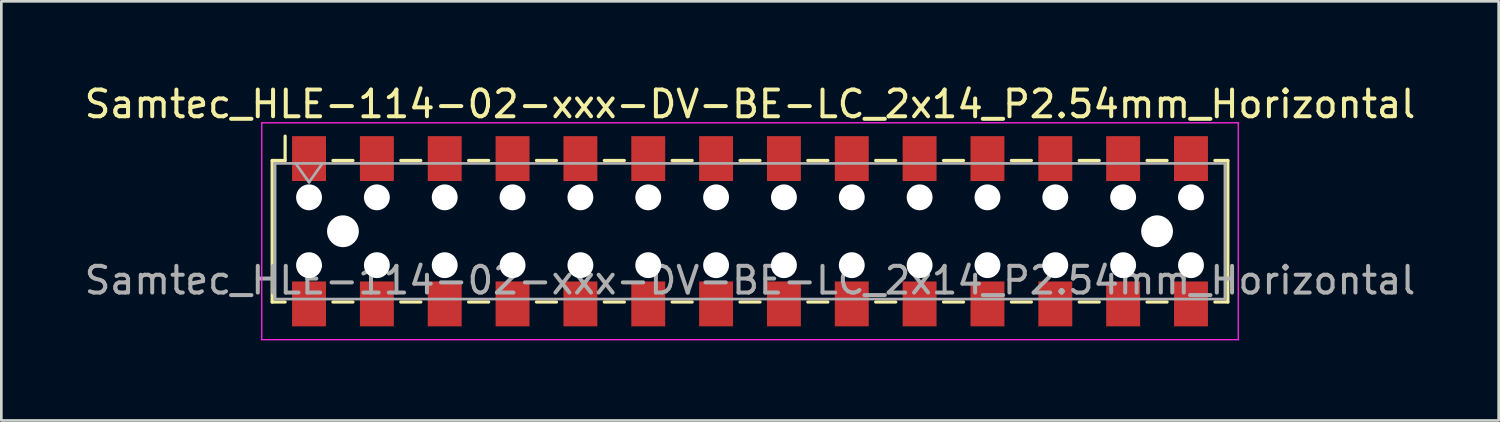
<source format=kicad_pcb>
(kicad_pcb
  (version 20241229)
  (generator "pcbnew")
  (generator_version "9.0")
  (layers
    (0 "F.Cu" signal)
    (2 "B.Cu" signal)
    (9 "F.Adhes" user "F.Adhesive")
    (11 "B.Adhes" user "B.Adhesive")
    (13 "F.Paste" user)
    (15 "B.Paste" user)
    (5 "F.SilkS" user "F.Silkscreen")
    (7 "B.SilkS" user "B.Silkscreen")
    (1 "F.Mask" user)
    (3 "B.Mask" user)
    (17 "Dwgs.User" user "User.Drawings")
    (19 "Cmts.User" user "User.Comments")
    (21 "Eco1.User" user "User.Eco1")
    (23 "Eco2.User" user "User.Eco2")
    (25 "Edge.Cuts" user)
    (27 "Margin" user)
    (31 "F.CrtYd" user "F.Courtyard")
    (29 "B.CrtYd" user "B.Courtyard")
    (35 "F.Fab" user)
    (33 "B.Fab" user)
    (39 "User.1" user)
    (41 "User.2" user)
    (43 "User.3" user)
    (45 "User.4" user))
  (footprint "Samtec_HLE-114-02-xxx-DV-BE-LC_2x14_P2.54mm_Horizontal"
    (layer "F.Cu")
    (at 25.03 5.608)
    (property "Reference" "Samtec_HLE-114-02-xxx-DV-BE-LC_2x14_P2.54mm_Horizontal" (at 0 -4.76 0) (layer "F.SilkS") (effects (font (size 1 1) (thickness 0.15))))
    (attr smd)
    (fp_line (start -17.89 -2.65) (end -17.89 2.65) (stroke (width 0.12) (type solid)) (layer "F.SilkS"))
    (fp_line (start -17.89 2.65) (end -17.405 2.65) (stroke (width 0.12) (type solid)) (layer "F.SilkS"))
    (fp_line (start -17.405 -3.56) (end -17.405 -2.65) (stroke (width 0.12) (type solid)) (layer "F.SilkS"))
    (fp_line (start -17.405 -2.65) (end -17.89 -2.65) (stroke (width 0.12) (type solid)) (layer "F.SilkS"))
    (fp_line (start -15.615 -2.65) (end -14.865 -2.65) (stroke (width 0.12) (type solid)) (layer "F.SilkS"))
    (fp_line (start -15.615 2.65) (end -14.865 2.65) (stroke (width 0.12) (type solid)) (layer "F.SilkS"))
    (fp_line (start -13.075 -2.65) (end -12.325 -2.65) (stroke (width 0.12) (type solid)) (layer "F.SilkS"))
    (fp_line (start -13.075 2.65) (end -12.325 2.65) (stroke (width 0.12) (type solid)) (layer "F.SilkS"))
    (fp_line (start -10.535 -2.65) (end -9.785 -2.65) (stroke (width 0.12) (type solid)) (layer "F.SilkS"))
    (fp_line (start -10.535 2.65) (end -9.785 2.65) (stroke (width 0.12) (type solid)) (layer "F.SilkS"))
    (fp_line (start -7.995 -2.65) (end -7.245 -2.65) (stroke (width 0.12) (type solid)) (layer "F.SilkS"))
    (fp_line (start -7.995 2.65) (end -7.245 2.65) (stroke (width 0.12) (type solid)) (layer "F.SilkS"))
    (fp_line (start -5.455 -2.65) (end -4.705 -2.65) (stroke (width 0.12) (type solid)) (layer "F.SilkS"))
    (fp_line (start -5.455 2.65) (end -4.705 2.65) (stroke (width 0.12) (type solid)) (layer "F.SilkS"))
    (fp_line (start -2.915 -2.65) (end -2.165 -2.65) (stroke (width 0.12) (type solid)) (layer "F.SilkS"))
    (fp_line (start -2.915 2.65) (end -2.165 2.65) (stroke (width 0.12) (type solid)) (layer "F.SilkS"))
    (fp_line (start -0.375 -2.65) (end 0.375 -2.65) (stroke (width 0.12) (type solid)) (layer "F.SilkS"))
    (fp_line (start -0.375 2.65) (end 0.375 2.65) (stroke (width 0.12) (type solid)) (layer "F.SilkS"))
    (fp_line (start 2.165 -2.65) (end 2.915 -2.65) (stroke (width 0.12) (type solid)) (layer "F.SilkS"))
    (fp_line (start 2.165 2.65) (end 2.915 2.65) (stroke (width 0.12) (type solid)) (layer "F.SilkS"))
    (fp_line (start 4.705 -2.65) (end 5.455 -2.65) (stroke (width 0.12) (type solid)) (layer "F.SilkS"))
    (fp_line (start 4.705 2.65) (end 5.455 2.65) (stroke (width 0.12) (type solid)) (layer "F.SilkS"))
    (fp_line (start 7.245 -2.65) (end 7.995 -2.65) (stroke (width 0.12) (type solid)) (layer "F.SilkS"))
    (fp_line (start 7.245 2.65) (end 7.995 2.65) (stroke (width 0.12) (type solid)) (layer "F.SilkS"))
    (fp_line (start 9.785 -2.65) (end 10.535 -2.65) (stroke (width 0.12) (type solid)) (layer "F.SilkS"))
    (fp_line (start 9.785 2.65) (end 10.535 2.65) (stroke (width 0.12) (type solid)) (layer "F.SilkS"))
    (fp_line (start 12.325 -2.65) (end 13.075 -2.65) (stroke (width 0.12) (type solid)) (layer "F.SilkS"))
    (fp_line (start 12.325 2.65) (end 13.075 2.65) (stroke (width 0.12) (type solid)) (layer "F.SilkS"))
    (fp_line (start 14.865 -2.65) (end 15.615 -2.65) (stroke (width 0.12) (type solid)) (layer "F.SilkS"))
    (fp_line (start 14.865 2.65) (end 15.615 2.65) (stroke (width 0.12) (type solid)) (layer "F.SilkS"))
    (fp_line (start 17.405 -2.65) (end 17.89 -2.65) (stroke (width 0.12) (type solid)) (layer "F.SilkS"))
    (fp_line (start 17.89 -2.65) (end 17.89 2.65) (stroke (width 0.12) (type solid)) (layer "F.SilkS"))
    (fp_line (start 17.89 2.65) (end 17.405 2.65) (stroke (width 0.12) (type solid)) (layer "F.SilkS"))
    (fp_line (start -18.28 -4.06) (end 18.28 -4.06) (stroke (width 0.05) (type solid)) (layer "F.CrtYd"))
    (fp_line (start -18.28 4.06) (end -18.28 -4.06) (stroke (width 0.05) (type solid)) (layer "F.CrtYd"))
    (fp_line (start 18.28 -4.06) (end 18.28 4.06) (stroke (width 0.05) (type solid)) (layer "F.CrtYd"))
    (fp_line (start 18.28 4.06) (end -18.28 4.06) (stroke (width 0.05) (type solid)) (layer "F.CrtYd"))
    (fp_line (start -17.78 -2.54) (end 17.78 -2.54) (stroke (width 0.1) (type solid)) (layer "F.Fab"))
    (fp_line (start -17.78 2.54) (end -17.78 -2.54) (stroke (width 0.1) (type solid)) (layer "F.Fab"))
    (fp_line (start -17.01 -2.54) (end -16.51 -1.833) (stroke (width 0.1) (type solid)) (layer "F.Fab"))
    (fp_line (start -16.51 -1.833) (end -16.01 -2.54) (stroke (width 0.1) (type solid)) (layer "F.Fab"))
    (fp_line (start 17.78 -2.54) (end 17.78 2.54) (stroke (width 0.1) (type solid)) (layer "F.Fab"))
    (fp_line (start 17.78 2.54) (end -17.78 2.54) (stroke (width 0.1) (type solid)) (layer "F.Fab"))
    (fp_text user "${REFERENCE}" (at 0 1.84 0) (layer "F.Fab") (effects (font (size 1 1) (thickness 0.15))))
    (pad "" np_thru_hole circle (at -16.51 -1.27) (size 0.97 0.97) (drill 0.97) (layers "*.Cu" "*.Mask"))
    (pad "" np_thru_hole circle (at -16.51 1.27) (size 0.97 0.97) (drill 0.97) (layers "*.Cu" "*.Mask"))
    (pad "" np_thru_hole circle (at -15.24 0) (size 1.19 1.19) (drill 1.19) (layers "*.Cu" "*.Mask"))
    (pad "" np_thru_hole circle (at -13.97 -1.27) (size 0.97 0.97) (drill 0.97) (layers "*.Cu" "*.Mask"))
    (pad "" np_thru_hole circle (at -13.97 1.27) (size 0.97 0.97) (drill 0.97) (layers "*.Cu" "*.Mask"))
    (pad "" np_thru_hole circle (at -11.43 -1.27) (size 0.97 0.97) (drill 0.97) (layers "*.Cu" "*.Mask"))
    (pad "" np_thru_hole circle (at -11.43 1.27) (size 0.97 0.97) (drill 0.97) (layers "*.Cu" "*.Mask"))
    (pad "" np_thru_hole circle (at -8.89 -1.27) (size 0.97 0.97) (drill 0.97) (layers "*.Cu" "*.Mask"))
    (pad "" np_thru_hole circle (at -8.89 1.27) (size 0.97 0.97) (drill 0.97) (layers "*.Cu" "*.Mask"))
    (pad "" np_thru_hole circle (at -6.35 -1.27) (size 0.97 0.97) (drill 0.97) (layers "*.Cu" "*.Mask"))
    (pad "" np_thru_hole circle (at -6.35 1.27) (size 0.97 0.97) (drill 0.97) (layers "*.Cu" "*.Mask"))
    (pad "" np_thru_hole circle (at -3.81 -1.27) (size 0.97 0.97) (drill 0.97) (layers "*.Cu" "*.Mask"))
    (pad "" np_thru_hole circle (at -3.81 1.27) (size 0.97 0.97) (drill 0.97) (layers "*.Cu" "*.Mask"))
    (pad "" np_thru_hole circle (at -1.27 -1.27) (size 0.97 0.97) (drill 0.97) (layers "*.Cu" "*.Mask"))
    (pad "" np_thru_hole circle (at -1.27 1.27) (size 0.97 0.97) (drill 0.97) (layers "*.Cu" "*.Mask"))
    (pad "" np_thru_hole circle (at 1.27 -1.27) (size 0.97 0.97) (drill 0.97) (layers "*.Cu" "*.Mask"))
    (pad "" np_thru_hole circle (at 1.27 1.27) (size 0.97 0.97) (drill 0.97) (layers "*.Cu" "*.Mask"))
    (pad "" np_thru_hole circle (at 3.81 -1.27) (size 0.97 0.97) (drill 0.97) (layers "*.Cu" "*.Mask"))
    (pad "" np_thru_hole circle (at 3.81 1.27) (size 0.97 0.97) (drill 0.97) (layers "*.Cu" "*.Mask"))
    (pad "" np_thru_hole circle (at 6.35 -1.27) (size 0.97 0.97) (drill 0.97) (layers "*.Cu" "*.Mask"))
    (pad "" np_thru_hole circle (at 6.35 1.27) (size 0.97 0.97) (drill 0.97) (layers "*.Cu" "*.Mask"))
    (pad "" np_thru_hole circle (at 8.89 -1.27) (size 0.97 0.97) (drill 0.97) (layers "*.Cu" "*.Mask"))
    (pad "" np_thru_hole circle (at 8.89 1.27) (size 0.97 0.97) (drill 0.97) (layers "*.Cu" "*.Mask"))
    (pad "" np_thru_hole circle (at 11.43 -1.27) (size 0.97 0.97) (drill 0.97) (layers "*.Cu" "*.Mask"))
    (pad "" np_thru_hole circle (at 11.43 1.27) (size 0.97 0.97) (drill 0.97) (layers "*.Cu" "*.Mask"))
    (pad "" np_thru_hole circle (at 13.97 -1.27) (size 0.97 0.97) (drill 0.97) (layers "*.Cu" "*.Mask"))
    (pad "" np_thru_hole circle (at 13.97 1.27) (size 0.97 0.97) (drill 0.97) (layers "*.Cu" "*.Mask"))
    (pad "" np_thru_hole circle (at 15.24 0) (size 1.19 1.19) (drill 1.19) (layers "*.Cu" "*.Mask"))
    (pad "" np_thru_hole circle (at 16.51 -1.27) (size 0.97 0.97) (drill 0.97) (layers "*.Cu" "*.Mask"))
    (pad "" np_thru_hole circle (at 16.51 1.27) (size 0.97 0.97) (drill 0.97) (layers "*.Cu" "*.Mask"))
    (pad "1" smd rect (at -16.51 -2.72) (size 1.27 1.68) (layers "F.Cu" "F.Mask" "F.Paste"))
    (pad "2" smd rect (at -16.51 2.72) (size 1.27 1.68) (layers "F.Cu" "F.Mask" "F.Paste"))
    (pad "3" smd rect (at -13.97 -2.72) (size 1.27 1.68) (layers "F.Cu" "F.Mask" "F.Paste"))
    (pad "4" smd rect (at -13.97 2.72) (size 1.27 1.68) (layers "F.Cu" "F.Mask" "F.Paste"))
    (pad "5" smd rect (at -11.43 -2.72) (size 1.27 1.68) (layers "F.Cu" "F.Mask" "F.Paste"))
    (pad "6" smd rect (at -11.43 2.72) (size 1.27 1.68) (layers "F.Cu" "F.Mask" "F.Paste"))
    (pad "7" smd rect (at -8.89 -2.72) (size 1.27 1.68) (layers "F.Cu" "F.Mask" "F.Paste"))
    (pad "8" smd rect (at -8.89 2.72) (size 1.27 1.68) (layers "F.Cu" "F.Mask" "F.Paste"))
    (pad "9" smd rect (at -6.35 -2.72) (size 1.27 1.68) (layers "F.Cu" "F.Mask" "F.Paste"))
    (pad "10" smd rect (at -6.35 2.72) (size 1.27 1.68) (layers "F.Cu" "F.Mask" "F.Paste"))
    (pad "11" smd rect (at -3.81 -2.72) (size 1.27 1.68) (layers "F.Cu" "F.Mask" "F.Paste"))
    (pad "12" smd rect (at -3.81 2.72) (size 1.27 1.68) (layers "F.Cu" "F.Mask" "F.Paste"))
    (pad "13" smd rect (at -1.27 -2.72) (size 1.27 1.68) (layers "F.Cu" "F.Mask" "F.Paste"))
    (pad "14" smd rect (at -1.27 2.72) (size 1.27 1.68) (layers "F.Cu" "F.Mask" "F.Paste"))
    (pad "15" smd rect (at 1.27 -2.72) (size 1.27 1.68) (layers "F.Cu" "F.Mask" "F.Paste"))
    (pad "16" smd rect (at 1.27 2.72) (size 1.27 1.68) (layers "F.Cu" "F.Mask" "F.Paste"))
    (pad "17" smd rect (at 3.81 -2.72) (size 1.27 1.68) (layers "F.Cu" "F.Mask" "F.Paste"))
    (pad "18" smd rect (at 3.81 2.72) (size 1.27 1.68) (layers "F.Cu" "F.Mask" "F.Paste"))
    (pad "19" smd rect (at 6.35 -2.72) (size 1.27 1.68) (layers "F.Cu" "F.Mask" "F.Paste"))
    (pad "20" smd rect (at 6.35 2.72) (size 1.27 1.68) (layers "F.Cu" "F.Mask" "F.Paste"))
    (pad "21" smd rect (at 8.89 -2.72) (size 1.27 1.68) (layers "F.Cu" "F.Mask" "F.Paste"))
    (pad "22" smd rect (at 8.89 2.72) (size 1.27 1.68) (layers "F.Cu" "F.Mask" "F.Paste"))
    (pad "23" smd rect (at 11.43 -2.72) (size 1.27 1.68) (layers "F.Cu" "F.Mask" "F.Paste"))
    (pad "24" smd rect (at 11.43 2.72) (size 1.27 1.68) (layers "F.Cu" "F.Mask" "F.Paste"))
    (pad "25" smd rect (at 13.97 -2.72) (size 1.27 1.68) (layers "F.Cu" "F.Mask" "F.Paste"))
    (pad "26" smd rect (at 13.97 2.72) (size 1.27 1.68) (layers "F.Cu" "F.Mask" "F.Paste"))
    (pad "27" smd rect (at 16.51 -2.72) (size 1.27 1.68) (layers "F.Cu" "F.Mask" "F.Paste"))
    (pad "28" smd rect (at 16.51 2.72) (size 1.27 1.68) (layers "F.Cu" "F.Mask" "F.Paste")))
  (gr_rect
    (start -3 -3)
    (end 53.06 12.693)
    (stroke (width 0.1) (type default))
    (fill no)
    (layer "Edge.Cuts")))
</source>
